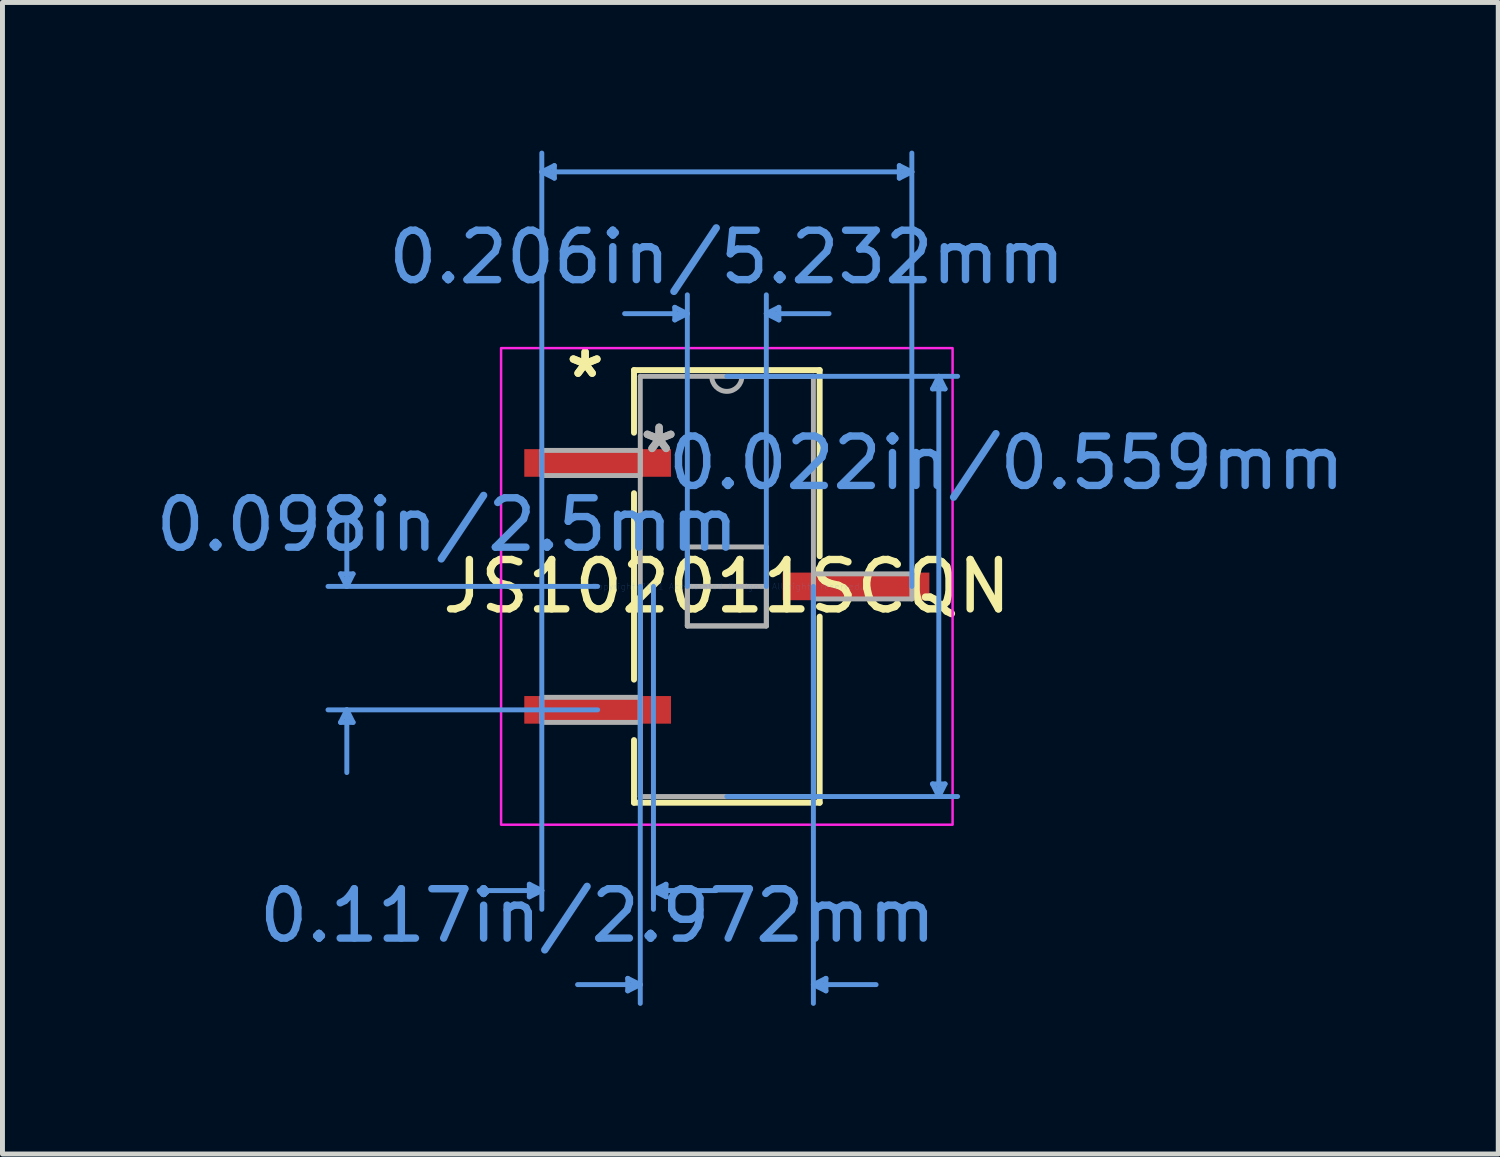
<source format=kicad_pcb>
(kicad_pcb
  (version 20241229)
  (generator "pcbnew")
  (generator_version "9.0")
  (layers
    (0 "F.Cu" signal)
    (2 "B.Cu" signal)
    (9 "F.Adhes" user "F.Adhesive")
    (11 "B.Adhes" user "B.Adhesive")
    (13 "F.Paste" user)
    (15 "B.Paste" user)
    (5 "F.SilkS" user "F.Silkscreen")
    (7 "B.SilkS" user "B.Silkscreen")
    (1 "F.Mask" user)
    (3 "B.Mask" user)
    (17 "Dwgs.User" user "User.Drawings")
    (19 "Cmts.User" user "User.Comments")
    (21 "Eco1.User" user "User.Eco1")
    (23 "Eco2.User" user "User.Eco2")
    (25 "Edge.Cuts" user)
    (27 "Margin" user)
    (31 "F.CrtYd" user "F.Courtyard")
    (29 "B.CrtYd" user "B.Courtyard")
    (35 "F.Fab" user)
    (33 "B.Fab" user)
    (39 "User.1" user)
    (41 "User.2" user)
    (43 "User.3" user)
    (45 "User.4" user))
  (footprint "JS102011SCQN"
    (layer "F.Cu")
    (at 11.67 8.826)
    (property "Reference" "JS102011SCQN" (at 0 0 0) (layer "F.SilkS") (effects (font (size 1 1) (thickness 0.15))))
    (attr through_hole)
    (fp_line (start -1.88 -4.381) (end -1.88 -3.112) (stroke (width 0.12) (type solid)) (layer "F.SilkS"))
    (fp_line (start -1.88 -1.888) (end -1.88 1.888) (stroke (width 0.12) (type solid)) (layer "F.SilkS"))
    (fp_line (start -1.88 3.112) (end -1.88 4.381) (stroke (width 0.12) (type solid)) (layer "F.SilkS"))
    (fp_line (start -1.88 4.381) (end 1.88 4.381) (stroke (width 0.12) (type solid)) (layer "F.SilkS"))
    (fp_line (start 1.88 -4.381) (end -1.88 -4.381) (stroke (width 0.12) (type solid)) (layer "F.SilkS"))
    (fp_line (start 1.88 -0.612) (end 1.88 -4.381) (stroke (width 0.12) (type solid)) (layer "F.SilkS"))
    (fp_line (start 1.88 4.381) (end 1.88 0.612) (stroke (width 0.12) (type solid)) (layer "F.SilkS"))
    (fp_line (start -7.823 -0.254) (end -7.569 -0.254) (stroke (width 0.1) (type solid)) (layer "Cmts.User"))
    (fp_line (start -7.823 2.754) (end -7.569 2.754) (stroke (width 0.1) (type solid)) (layer "Cmts.User"))
    (fp_line (start -7.696 0) (end -7.823 -0.254) (stroke (width 0.1) (type solid)) (layer "Cmts.User"))
    (fp_line (start -7.696 0) (end -7.696 -1.27) (stroke (width 0.1) (type solid)) (layer "Cmts.User"))
    (fp_line (start -7.696 0) (end -7.569 -0.254) (stroke (width 0.1) (type solid)) (layer "Cmts.User"))
    (fp_line (start -7.696 2.5) (end -7.823 2.754) (stroke (width 0.1) (type solid)) (layer "Cmts.User"))
    (fp_line (start -7.696 2.5) (end -7.696 3.77) (stroke (width 0.1) (type solid)) (layer "Cmts.User"))
    (fp_line (start -7.696 2.5) (end -7.569 2.754) (stroke (width 0.1) (type solid)) (layer "Cmts.User"))
    (fp_line (start -4 6.032) (end -4 6.287) (stroke (width 0.1) (type solid)) (layer "Cmts.User"))
    (fp_line (start -3.747 -8.395) (end -3.493 -8.522) (stroke (width 0.1) (type solid)) (layer "Cmts.User"))
    (fp_line (start -3.747 -8.395) (end -3.493 -8.268) (stroke (width 0.1) (type solid)) (layer "Cmts.User"))
    (fp_line (start -3.747 -8.395) (end 3.747 -8.395) (stroke (width 0.1) (type solid)) (layer "Cmts.User"))
    (fp_line (start -3.747 0) (end -3.747 -8.776) (stroke (width 0.1) (type solid)) (layer "Cmts.User"))
    (fp_line (start -3.747 0) (end -3.747 6.54) (stroke (width 0.1) (type solid)) (layer "Cmts.User"))
    (fp_line (start -3.747 6.16) (end -5.016 6.16) (stroke (width 0.1) (type solid)) (layer "Cmts.User"))
    (fp_line (start -3.747 6.16) (end -4 6.032) (stroke (width 0.1) (type solid)) (layer "Cmts.User"))
    (fp_line (start -3.747 6.16) (end -4 6.287) (stroke (width 0.1) (type solid)) (layer "Cmts.User"))
    (fp_line (start -3.493 -8.522) (end -3.493 -8.268) (stroke (width 0.1) (type solid)) (layer "Cmts.User"))
    (fp_line (start -2.616 0) (end -8.077 0) (stroke (width 0.1) (type solid)) (layer "Cmts.User"))
    (fp_line (start -2.616 2.5) (end -8.077 2.5) (stroke (width 0.1) (type solid)) (layer "Cmts.User"))
    (fp_line (start -2.007 7.938) (end -2.007 8.191) (stroke (width 0.1) (type solid)) (layer "Cmts.User"))
    (fp_line (start -1.753 0) (end -1.753 8.445) (stroke (width 0.1) (type solid)) (layer "Cmts.User"))
    (fp_line (start -1.753 8.065) (end -3.023 8.065) (stroke (width 0.1) (type solid)) (layer "Cmts.User"))
    (fp_line (start -1.753 8.065) (end -2.007 7.938) (stroke (width 0.1) (type solid)) (layer "Cmts.User"))
    (fp_line (start -1.753 8.065) (end -2.007 8.191) (stroke (width 0.1) (type solid)) (layer "Cmts.User"))
    (fp_line (start -1.486 0) (end -1.486 6.54) (stroke (width 0.1) (type solid)) (layer "Cmts.User"))
    (fp_line (start -1.486 6.16) (end -1.232 6.032) (stroke (width 0.1) (type solid)) (layer "Cmts.User"))
    (fp_line (start -1.486 6.16) (end -1.232 6.287) (stroke (width 0.1) (type solid)) (layer "Cmts.User"))
    (fp_line (start -1.486 6.16) (end -0.216 6.16) (stroke (width 0.1) (type solid)) (layer "Cmts.User"))
    (fp_line (start -1.232 6.032) (end -1.232 6.287) (stroke (width 0.1) (type solid)) (layer "Cmts.User"))
    (fp_line (start -1.054 -5.652) (end -1.054 -5.397) (stroke (width 0.1) (type solid)) (layer "Cmts.User"))
    (fp_line (start -0.8 -5.524) (end -2.07 -5.524) (stroke (width 0.1) (type solid)) (layer "Cmts.User"))
    (fp_line (start -0.8 -5.524) (end -1.054 -5.652) (stroke (width 0.1) (type solid)) (layer "Cmts.User"))
    (fp_line (start -0.8 -5.524) (end -1.054 -5.397) (stroke (width 0.1) (type solid)) (layer "Cmts.User"))
    (fp_line (start -0.8 0) (end -0.8 -5.905) (stroke (width 0.1) (type solid)) (layer "Cmts.User"))
    (fp_line (start 0 -4.255) (end 4.674 -4.255) (stroke (width 0.1) (type solid)) (layer "Cmts.User"))
    (fp_line (start 0 4.255) (end 4.674 4.255) (stroke (width 0.1) (type solid)) (layer "Cmts.User"))
    (fp_line (start 0.8 -5.524) (end 1.054 -5.652) (stroke (width 0.1) (type solid)) (layer "Cmts.User"))
    (fp_line (start 0.8 -5.524) (end 1.054 -5.397) (stroke (width 0.1) (type solid)) (layer "Cmts.User"))
    (fp_line (start 0.8 -5.524) (end 2.07 -5.524) (stroke (width 0.1) (type solid)) (layer "Cmts.User"))
    (fp_line (start 0.8 0) (end 0.8 -5.905) (stroke (width 0.1) (type solid)) (layer "Cmts.User"))
    (fp_line (start 1.054 -5.652) (end 1.054 -5.397) (stroke (width 0.1) (type solid)) (layer "Cmts.User"))
    (fp_line (start 1.753 0) (end 1.753 8.445) (stroke (width 0.1) (type solid)) (layer "Cmts.User"))
    (fp_line (start 1.753 8.065) (end 2.007 7.938) (stroke (width 0.1) (type solid)) (layer "Cmts.User"))
    (fp_line (start 1.753 8.065) (end 2.007 8.191) (stroke (width 0.1) (type solid)) (layer "Cmts.User"))
    (fp_line (start 1.753 8.065) (end 3.023 8.065) (stroke (width 0.1) (type solid)) (layer "Cmts.User"))
    (fp_line (start 2.007 7.938) (end 2.007 8.191) (stroke (width 0.1) (type solid)) (layer "Cmts.User"))
    (fp_line (start 3.493 -8.522) (end 3.493 -8.268) (stroke (width 0.1) (type solid)) (layer "Cmts.User"))
    (fp_line (start 3.747 -8.395) (end 3.493 -8.522) (stroke (width 0.1) (type solid)) (layer "Cmts.User"))
    (fp_line (start 3.747 -8.395) (end 3.493 -8.268) (stroke (width 0.1) (type solid)) (layer "Cmts.User"))
    (fp_line (start 3.747 0) (end 3.747 -8.776) (stroke (width 0.1) (type solid)) (layer "Cmts.User"))
    (fp_line (start 4.166 -4) (end 4.42 -4) (stroke (width 0.1) (type solid)) (layer "Cmts.User"))
    (fp_line (start 4.166 4) (end 4.42 4) (stroke (width 0.1) (type solid)) (layer "Cmts.User"))
    (fp_line (start 4.293 -4.255) (end 4.166 -4) (stroke (width 0.1) (type solid)) (layer "Cmts.User"))
    (fp_line (start 4.293 -4.255) (end 4.293 4.255) (stroke (width 0.1) (type solid)) (layer "Cmts.User"))
    (fp_line (start 4.293 -4.255) (end 4.42 -4) (stroke (width 0.1) (type solid)) (layer "Cmts.User"))
    (fp_line (start 4.293 4.255) (end 4.166 4) (stroke (width 0.1) (type solid)) (layer "Cmts.User"))
    (fp_line (start 4.293 4.255) (end 4.42 4) (stroke (width 0.1) (type solid)) (layer "Cmts.User"))
    (fp_rect (start -4.572 -4.826) (end 4.572 4.826) (stroke (width 0.05) (type solid)) (fill no) (layer "F.CrtYd"))
    (fp_line (start -3.747 -2.754) (end -3.747 -2.246) (stroke (width 0.1) (type solid)) (layer "F.Fab"))
    (fp_line (start -3.747 -2.246) (end -1.753 -2.246) (stroke (width 0.1) (type solid)) (layer "F.Fab"))
    (fp_line (start -3.747 2.246) (end -3.747 2.754) (stroke (width 0.1) (type solid)) (layer "F.Fab"))
    (fp_line (start -3.747 2.754) (end -1.753 2.754) (stroke (width 0.1) (type solid)) (layer "F.Fab"))
    (fp_line (start -1.753 -4.255) (end -1.753 4.255) (stroke (width 0.1) (type solid)) (layer "F.Fab"))
    (fp_line (start -1.753 -2.754) (end -3.747 -2.754) (stroke (width 0.1) (type solid)) (layer "F.Fab"))
    (fp_line (start -1.753 -2.246) (end -1.753 -2.754) (stroke (width 0.1) (type solid)) (layer "F.Fab"))
    (fp_line (start -1.753 2.246) (end -3.747 2.246) (stroke (width 0.1) (type solid)) (layer "F.Fab"))
    (fp_line (start -1.753 2.754) (end -1.753 2.246) (stroke (width 0.1) (type solid)) (layer "F.Fab"))
    (fp_line (start -1.753 4.255) (end 1.753 4.255) (stroke (width 0.1) (type solid)) (layer "F.Fab"))
    (fp_line (start -0.8 -0.8) (end 0.8 -0.8) (stroke (width 0.1) (type solid)) (layer "F.Fab"))
    (fp_line (start -0.8 0) (end 0.8 0) (stroke (width 0.1) (type solid)) (layer "F.Fab"))
    (fp_line (start -0.8 0.8) (end -0.8 -0.8) (stroke (width 0.1) (type solid)) (layer "F.Fab"))
    (fp_line (start -0.8 0.8) (end -0.8 0) (stroke (width 0.1) (type solid)) (layer "F.Fab"))
    (fp_line (start 0.8 -0.8) (end 0.8 0.8) (stroke (width 0.1) (type solid)) (layer "F.Fab"))
    (fp_line (start 0.8 0) (end 0.8 0.8) (stroke (width 0.1) (type solid)) (layer "F.Fab"))
    (fp_line (start 0.8 0.8) (end -0.8 0.8) (stroke (width 0.1) (type solid)) (layer "F.Fab"))
    (fp_line (start 0.8 0.8) (end -0.8 0.8) (stroke (width 0.1) (type solid)) (layer "F.Fab"))
    (fp_line (start 1.753 -4.255) (end -1.753 -4.255) (stroke (width 0.1) (type solid)) (layer "F.Fab"))
    (fp_line (start 1.753 -0.254) (end 1.753 0.254) (stroke (width 0.1) (type solid)) (layer "F.Fab"))
    (fp_line (start 1.753 0.254) (end 3.747 0.254) (stroke (width 0.1) (type solid)) (layer "F.Fab"))
    (fp_line (start 1.753 4.255) (end 1.753 -4.255) (stroke (width 0.1) (type solid)) (layer "F.Fab"))
    (fp_line (start 3.747 -0.254) (end 1.753 -0.254) (stroke (width 0.1) (type solid)) (layer "F.Fab"))
    (fp_line (start 3.747 0.254) (end 3.747 -0.254) (stroke (width 0.1) (type solid)) (layer "F.Fab"))
    (fp_arc (start 0.3048 -4.2545) (mid 0 -3.9497) (end -0.3048 -4.2545) (stroke (width 0.1) (type solid)) (layer "F.Fab"))
    (fp_text user "*" (at -2.87 -4.202 0) (layer "F.SilkS") (effects (font (size 1 1) (thickness 0.15))))
    (fp_text user "*" (at -2.87 -4.202 0) (layer "F.SilkS") (effects (font (size 1 1) (thickness 0.15))))
    (fp_text user "Copyright 2021 Accelerated Designs. All rights reserved." (at 0 0 0) (layer "Cmts.User") (effects (font (size 0.127 0.127) (thickness 0.002))))
    (fp_text user "0.206in/5.232mm" (at 0 -6.668 0) (layer "Cmts.User") (effects (font (size 1 1) (thickness 0.15))))
    (fp_text user "0.117in/2.972mm" (at -2.616 6.668 0) (layer "Cmts.User") (effects (font (size 1 1) (thickness 0.15))))
    (fp_text user "0.098in/2.5mm" (at -5.664 -1.25 0) (layer "Cmts.User") (effects (font (size 1 1) (thickness 0.15))))
    (fp_text user "0.022in/0.559mm" (at 5.664 -2.5 0) (layer "Cmts.User") (effects (font (size 1 1) (thickness 0.15))))
    (fp_text user "*" (at -1.372 -2.678 0) (layer "F.Fab") (effects (font (size 1 1) (thickness 0.15))))
    (fp_text user "*" (at -1.372 -2.678 0) (layer "F.Fab") (effects (font (size 1 1) (thickness 0.15))))
    (pad "1" smd rect (at -2.616 -2.5) (size 2.972 0.559) (layers "F.Cu" "F.Mask" "F.Paste"))
    (pad "2" smd rect (at 2.616 0) (size 2.972 0.559) (layers "F.Cu" "F.Mask" "F.Paste"))
    (pad "3" smd rect (at -2.616 2.5) (size 2.972 0.559) (layers "F.Cu" "F.Mask" "F.Paste")))
  (gr_rect
    (start -3 -3)
    (end 27.293 20.321)
    (stroke (width 0.1) (type default))
    (fill no)
    (layer "Edge.Cuts")))
</source>
